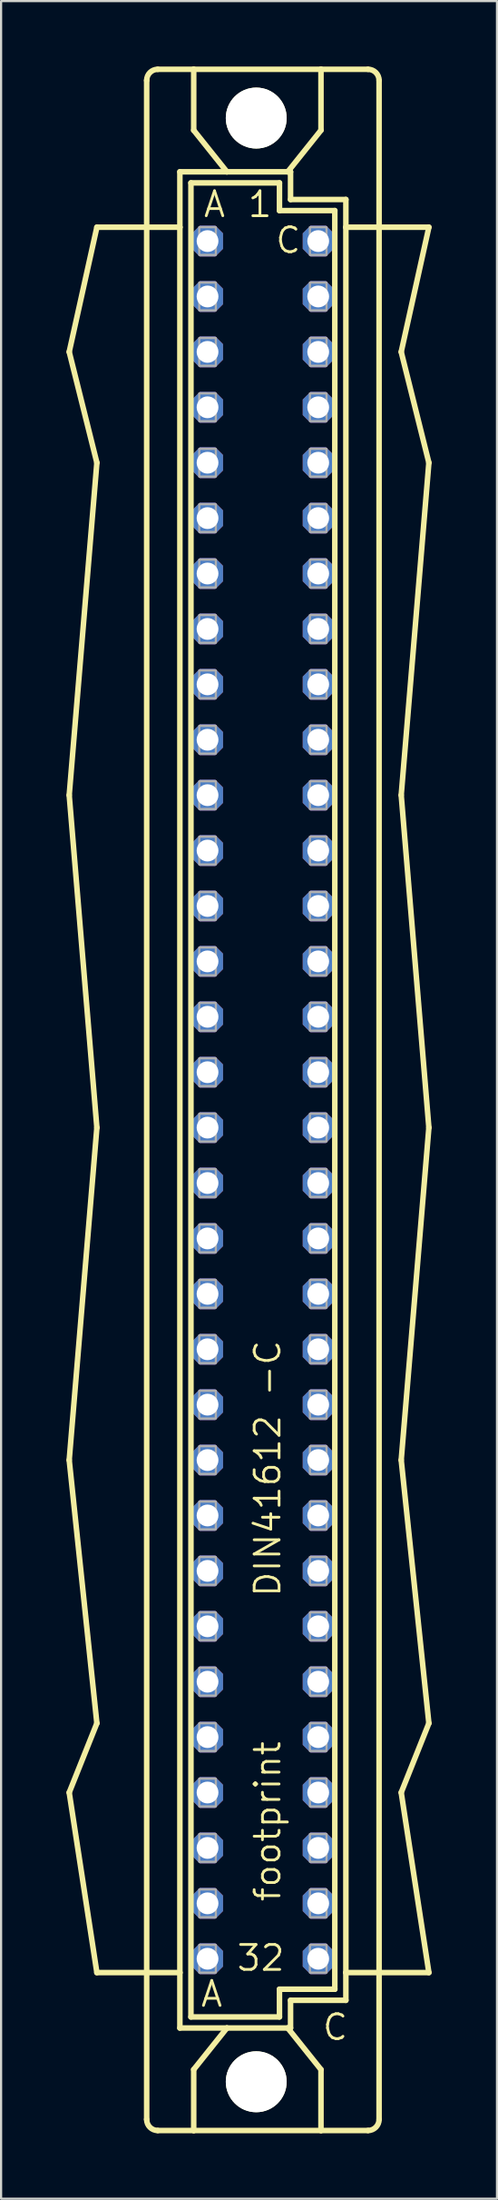
<source format=kicad_pcb>
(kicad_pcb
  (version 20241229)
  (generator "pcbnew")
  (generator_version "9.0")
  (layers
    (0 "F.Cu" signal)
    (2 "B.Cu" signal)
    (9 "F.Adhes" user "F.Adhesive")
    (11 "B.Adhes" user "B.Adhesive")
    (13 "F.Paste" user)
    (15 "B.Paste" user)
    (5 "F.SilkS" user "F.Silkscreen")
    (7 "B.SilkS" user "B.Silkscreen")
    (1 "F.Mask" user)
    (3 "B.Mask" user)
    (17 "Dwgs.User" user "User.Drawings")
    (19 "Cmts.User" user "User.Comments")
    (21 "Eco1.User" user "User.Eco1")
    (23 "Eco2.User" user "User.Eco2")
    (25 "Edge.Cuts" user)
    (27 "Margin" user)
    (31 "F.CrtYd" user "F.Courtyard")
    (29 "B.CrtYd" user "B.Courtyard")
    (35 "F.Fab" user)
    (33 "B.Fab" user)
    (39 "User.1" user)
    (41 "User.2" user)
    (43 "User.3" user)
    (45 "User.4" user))
  (footprint "footprint"
    (layer "F.Cu")
    (at 9.017 47.371)
    (property "Reference" "footprint" (at 0.889 36.83 90) (layer "F.SilkS") (effects (font (size 1.143 1.143) (thickness 0.127)) (justify left bottom)))
    (fp_line (start -8.89 -34.29) (end -7.62 -29.21) (stroke (width 0.254) (type solid)) (layer "F.SilkS"))
    (fp_line (start -8.89 -13.97) (end -7.62 -29.21) (stroke (width 0.254) (type solid)) (layer "F.SilkS"))
    (fp_line (start -8.89 16.51) (end -7.62 1.27) (stroke (width 0.254) (type solid)) (layer "F.SilkS"))
    (fp_line (start -8.89 31.75) (end -7.62 28.575) (stroke (width 0.254) (type solid)) (layer "F.SilkS"))
    (fp_line (start -7.62 -40.005) (end -8.89 -34.29) (stroke (width 0.254) (type solid)) (layer "F.SilkS"))
    (fp_line (start -7.62 1.27) (end -8.89 -13.97) (stroke (width 0.254) (type solid)) (layer "F.SilkS"))
    (fp_line (start -7.62 28.575) (end -8.89 16.51) (stroke (width 0.254) (type solid)) (layer "F.SilkS"))
    (fp_line (start -7.62 40.005) (end -8.89 31.75) (stroke (width 0.254) (type solid)) (layer "F.SilkS"))
    (fp_line (start -5.334 -46.736) (end -5.334 46.736) (stroke (width 0.254) (type solid)) (layer "F.SilkS"))
    (fp_line (start -4.826 47.244) (end -3.175 47.244) (stroke (width 0.254) (type solid)) (layer "F.SilkS"))
    (fp_line (start -3.81 -42.545) (end -3.81 -40.005) (stroke (width 0.254) (type solid)) (layer "F.SilkS"))
    (fp_line (start -3.81 -40.005) (end -7.62 -40.005) (stroke (width 0.254) (type solid)) (layer "F.SilkS"))
    (fp_line (start -3.81 -40.005) (end -3.81 40.005) (stroke (width 0.254) (type solid)) (layer "F.SilkS"))
    (fp_line (start -3.81 40.005) (end -7.62 40.005) (stroke (width 0.254) (type solid)) (layer "F.SilkS"))
    (fp_line (start -3.81 40.005) (end -3.81 42.545) (stroke (width 0.254) (type solid)) (layer "F.SilkS"))
    (fp_line (start -3.81 42.545) (end -1.651 42.545) (stroke (width 0.254) (type solid)) (layer "F.SilkS"))
    (fp_line (start -3.302 -42.037) (end -3.302 42.037) (stroke (width 0.254) (type solid)) (layer "F.SilkS"))
    (fp_line (start -3.302 42.037) (end 0.762 42.037) (stroke (width 0.254) (type solid)) (layer "F.SilkS"))
    (fp_line (start -3.175 -47.244) (end -4.826 -47.244) (stroke (width 0.254) (type solid)) (layer "F.SilkS"))
    (fp_line (start -3.175 -47.244) (end -3.175 -44.45) (stroke (width 0.254) (type solid)) (layer "F.SilkS"))
    (fp_line (start -3.175 47.244) (end -3.175 44.45) (stroke (width 0.254) (type solid)) (layer "F.SilkS"))
    (fp_line (start -3.175 47.244) (end 2.667 47.244) (stroke (width 0.254) (type solid)) (layer "F.SilkS"))
    (fp_line (start -1.651 -42.545) (end -3.81 -42.545) (stroke (width 0.254) (type solid)) (layer "F.SilkS"))
    (fp_line (start -1.651 -42.545) (end -3.175 -44.45) (stroke (width 0.254) (type solid)) (layer "F.SilkS"))
    (fp_line (start -1.651 42.545) (end -3.175 44.45) (stroke (width 0.254) (type solid)) (layer "F.SilkS"))
    (fp_line (start -1.651 42.545) (end 1.143 42.545) (stroke (width 0.254) (type solid)) (layer "F.SilkS"))
    (fp_line (start 0.762 -42.037) (end -3.302 -42.037) (stroke (width 0.254) (type solid)) (layer "F.SilkS"))
    (fp_line (start 0.762 -40.767) (end 0.762 -42.037) (stroke (width 0.254) (type solid)) (layer "F.SilkS"))
    (fp_line (start 0.762 40.767) (end 3.302 40.767) (stroke (width 0.254) (type solid)) (layer "F.SilkS"))
    (fp_line (start 0.762 42.037) (end 0.762 40.767) (stroke (width 0.254) (type solid)) (layer "F.SilkS"))
    (fp_line (start 1.143 -42.545) (end -1.651 -42.545) (stroke (width 0.254) (type solid)) (layer "F.SilkS"))
    (fp_line (start 1.143 -42.545) (end 2.667 -44.45) (stroke (width 0.254) (type solid)) (layer "F.SilkS"))
    (fp_line (start 1.143 42.545) (end 1.27 42.545) (stroke (width 0.254) (type solid)) (layer "F.SilkS"))
    (fp_line (start 1.143 42.545) (end 2.667 44.45) (stroke (width 0.254) (type solid)) (layer "F.SilkS"))
    (fp_line (start 1.27 -42.545) (end 1.143 -42.545) (stroke (width 0.254) (type solid)) (layer "F.SilkS"))
    (fp_line (start 1.27 -41.275) (end 1.27 -42.545) (stroke (width 0.254) (type solid)) (layer "F.SilkS"))
    (fp_line (start 1.27 41.275) (end 3.81 41.275) (stroke (width 0.254) (type solid)) (layer "F.SilkS"))
    (fp_line (start 1.27 42.545) (end 1.27 41.275) (stroke (width 0.254) (type solid)) (layer "F.SilkS"))
    (fp_line (start 2.667 -47.244) (end -3.175 -47.244) (stroke (width 0.254) (type solid)) (layer "F.SilkS"))
    (fp_line (start 2.667 -47.244) (end 2.667 -44.45) (stroke (width 0.254) (type solid)) (layer "F.SilkS"))
    (fp_line (start 2.667 47.244) (end 2.667 44.45) (stroke (width 0.254) (type solid)) (layer "F.SilkS"))
    (fp_line (start 3.302 -40.767) (end 0.762 -40.767) (stroke (width 0.254) (type solid)) (layer "F.SilkS"))
    (fp_line (start 3.302 40.767) (end 3.302 -40.767) (stroke (width 0.254) (type solid)) (layer "F.SilkS"))
    (fp_line (start 3.81 -41.275) (end 1.27 -41.275) (stroke (width 0.254) (type solid)) (layer "F.SilkS"))
    (fp_line (start 3.81 -40.005) (end 3.81 -41.275) (stroke (width 0.254) (type solid)) (layer "F.SilkS"))
    (fp_line (start 3.81 40.005) (end 3.81 -40.005) (stroke (width 0.254) (type solid)) (layer "F.SilkS"))
    (fp_line (start 3.81 40.005) (end 7.62 40.005) (stroke (width 0.254) (type solid)) (layer "F.SilkS"))
    (fp_line (start 3.81 41.275) (end 3.81 40.005) (stroke (width 0.254) (type solid)) (layer "F.SilkS"))
    (fp_line (start 4.826 -47.244) (end 2.667 -47.244) (stroke (width 0.254) (type solid)) (layer "F.SilkS"))
    (fp_line (start 4.826 47.244) (end 2.667 47.244) (stroke (width 0.254) (type solid)) (layer "F.SilkS"))
    (fp_line (start 5.334 -46.736) (end 5.334 46.736) (stroke (width 0.254) (type solid)) (layer "F.SilkS"))
    (fp_line (start 6.35 -34.29) (end 7.62 -40.005) (stroke (width 0.254) (type solid)) (layer "F.SilkS"))
    (fp_line (start 6.35 -13.97) (end 7.62 -29.21) (stroke (width 0.254) (type solid)) (layer "F.SilkS"))
    (fp_line (start 6.35 16.51) (end 7.62 1.27) (stroke (width 0.254) (type solid)) (layer "F.SilkS"))
    (fp_line (start 6.35 31.75) (end 7.62 28.575) (stroke (width 0.254) (type solid)) (layer "F.SilkS"))
    (fp_line (start 7.62 -40.005) (end 3.81 -40.005) (stroke (width 0.254) (type solid)) (layer "F.SilkS"))
    (fp_line (start 7.62 -29.21) (end 6.35 -34.29) (stroke (width 0.254) (type solid)) (layer "F.SilkS"))
    (fp_line (start 7.62 1.27) (end 6.35 -13.97) (stroke (width 0.254) (type solid)) (layer "F.SilkS"))
    (fp_line (start 7.62 28.575) (end 6.35 16.51) (stroke (width 0.254) (type solid)) (layer "F.SilkS"))
    (fp_line (start 7.62 40.005) (end 6.35 31.75) (stroke (width 0.254) (type solid)) (layer "F.SilkS"))
    (fp_arc (start -5.334 -46.736) (mid -5.18521 -47.09521) (end -4.826 -47.244) (stroke (width 0.254) (type solid)) (layer "F.SilkS"))
    (fp_arc (start -4.826 47.244) (mid -5.18521 47.09521) (end -5.334 46.736) (stroke (width 0.254) (type solid)) (layer "F.SilkS"))
    (fp_arc (start 4.826 -47.244) (mid 5.18521 -47.09521) (end 5.334 -46.736) (stroke (width 0.254) (type solid)) (layer "F.SilkS"))
    (fp_arc (start 5.334 46.736) (mid 5.18521 47.09521) (end 4.826 47.244) (stroke (width 0.254) (type solid)) (layer "F.SilkS"))
    (fp_circle (center -0.305 -45.009) (end 0.965 -45.009) (stroke (width 0.254) (type solid)) (fill no) (layer "F.SilkS"))
    (fp_circle (center -0.305 45.009) (end 0.965 45.009) (stroke (width 0.254) (type solid)) (fill no) (layer "F.SilkS"))
    (fp_poly (pts (xy -2.921 -38.735) (xy -2.159 -38.735) (xy -2.159 -40.005) (xy -2.921 -40.005)) (stroke (width 0.1) (type solid)) (fill no) (layer "F.Fab"))
    (fp_poly (pts (xy -2.921 -36.195) (xy -2.159 -36.195) (xy -2.159 -37.465) (xy -2.921 -37.465)) (stroke (width 0.1) (type solid)) (fill no) (layer "F.Fab"))
    (fp_poly (pts (xy -2.921 -33.655) (xy -2.159 -33.655) (xy -2.159 -34.925) (xy -2.921 -34.925)) (stroke (width 0.1) (type solid)) (fill no) (layer "F.Fab"))
    (fp_poly (pts (xy -2.921 -31.115) (xy -2.159 -31.115) (xy -2.159 -32.385) (xy -2.921 -32.385)) (stroke (width 0.1) (type solid)) (fill no) (layer "F.Fab"))
    (fp_poly (pts (xy -2.921 -28.575) (xy -2.159 -28.575) (xy -2.159 -29.845) (xy -2.921 -29.845)) (stroke (width 0.1) (type solid)) (fill no) (layer "F.Fab"))
    (fp_poly (pts (xy -2.921 -26.035) (xy -2.159 -26.035) (xy -2.159 -27.305) (xy -2.921 -27.305)) (stroke (width 0.1) (type solid)) (fill no) (layer "F.Fab"))
    (fp_poly (pts (xy -2.921 -23.495) (xy -2.159 -23.495) (xy -2.159 -24.765) (xy -2.921 -24.765)) (stroke (width 0.1) (type solid)) (fill no) (layer "F.Fab"))
    (fp_poly (pts (xy -2.921 -20.955) (xy -2.159 -20.955) (xy -2.159 -22.225) (xy -2.921 -22.225)) (stroke (width 0.1) (type solid)) (fill no) (layer "F.Fab"))
    (fp_poly (pts (xy -2.921 -18.415) (xy -2.159 -18.415) (xy -2.159 -19.685) (xy -2.921 -19.685)) (stroke (width 0.1) (type solid)) (fill no) (layer "F.Fab"))
    (fp_poly (pts (xy -2.921 -15.875) (xy -2.159 -15.875) (xy -2.159 -17.145) (xy -2.921 -17.145)) (stroke (width 0.1) (type solid)) (fill no) (layer "F.Fab"))
    (fp_poly (pts (xy -2.921 -13.335) (xy -2.159 -13.335) (xy -2.159 -14.605) (xy -2.921 -14.605)) (stroke (width 0.1) (type solid)) (fill no) (layer "F.Fab"))
    (fp_poly (pts (xy -2.921 -10.795) (xy -2.159 -10.795) (xy -2.159 -12.065) (xy -2.921 -12.065)) (stroke (width 0.1) (type solid)) (fill no) (layer "F.Fab"))
    (fp_poly (pts (xy -2.921 -8.255) (xy -2.159 -8.255) (xy -2.159 -9.525) (xy -2.921 -9.525)) (stroke (width 0.1) (type solid)) (fill no) (layer "F.Fab"))
    (fp_poly (pts (xy -2.921 -5.715) (xy -2.159 -5.715) (xy -2.159 -6.985) (xy -2.921 -6.985)) (stroke (width 0.1) (type solid)) (fill no) (layer "F.Fab"))
    (fp_poly (pts (xy -2.921 -3.175) (xy -2.159 -3.175) (xy -2.159 -4.445) (xy -2.921 -4.445)) (stroke (width 0.1) (type solid)) (fill no) (layer "F.Fab"))
    (fp_poly (pts (xy -2.921 -0.635) (xy -2.159 -0.635) (xy -2.159 -1.905) (xy -2.921 -1.905)) (stroke (width 0.1) (type solid)) (fill no) (layer "F.Fab"))
    (fp_poly (pts (xy -2.921 1.905) (xy -2.159 1.905) (xy -2.159 0.635) (xy -2.921 0.635)) (stroke (width 0.1) (type solid)) (fill no) (layer "F.Fab"))
    (fp_poly (pts (xy -2.921 4.445) (xy -2.159 4.445) (xy -2.159 3.175) (xy -2.921 3.175)) (stroke (width 0.1) (type solid)) (fill no) (layer "F.Fab"))
    (fp_poly (pts (xy -2.921 6.985) (xy -2.159 6.985) (xy -2.159 5.715) (xy -2.921 5.715)) (stroke (width 0.1) (type solid)) (fill no) (layer "F.Fab"))
    (fp_poly (pts (xy -2.921 9.525) (xy -2.159 9.525) (xy -2.159 8.255) (xy -2.921 8.255)) (stroke (width 0.1) (type solid)) (fill no) (layer "F.Fab"))
    (fp_poly (pts (xy -2.921 12.065) (xy -2.159 12.065) (xy -2.159 10.795) (xy -2.921 10.795)) (stroke (width 0.1) (type solid)) (fill no) (layer "F.Fab"))
    (fp_poly (pts (xy -2.921 14.605) (xy -2.159 14.605) (xy -2.159 13.335) (xy -2.921 13.335)) (stroke (width 0.1) (type solid)) (fill no) (layer "F.Fab"))
    (fp_poly (pts (xy -2.921 17.145) (xy -2.159 17.145) (xy -2.159 15.875) (xy -2.921 15.875)) (stroke (width 0.1) (type solid)) (fill no) (layer "F.Fab"))
    (fp_poly (pts (xy -2.921 19.685) (xy -2.159 19.685) (xy -2.159 18.415) (xy -2.921 18.415)) (stroke (width 0.1) (type solid)) (fill no) (layer "F.Fab"))
    (fp_poly (pts (xy -2.921 22.225) (xy -2.159 22.225) (xy -2.159 20.955) (xy -2.921 20.955)) (stroke (width 0.1) (type solid)) (fill no) (layer "F.Fab"))
    (fp_poly (pts (xy -2.921 24.765) (xy -2.159 24.765) (xy -2.159 23.495) (xy -2.921 23.495)) (stroke (width 0.1) (type solid)) (fill no) (layer "F.Fab"))
    (fp_poly (pts (xy -2.921 27.305) (xy -2.159 27.305) (xy -2.159 26.035) (xy -2.921 26.035)) (stroke (width 0.1) (type solid)) (fill no) (layer "F.Fab"))
    (fp_poly (pts (xy -2.921 29.845) (xy -2.159 29.845) (xy -2.159 28.575) (xy -2.921 28.575)) (stroke (width 0.1) (type solid)) (fill no) (layer "F.Fab"))
    (fp_poly (pts (xy -2.921 32.385) (xy -2.159 32.385) (xy -2.159 31.115) (xy -2.921 31.115)) (stroke (width 0.1) (type solid)) (fill no) (layer "F.Fab"))
    (fp_poly (pts (xy -2.921 34.925) (xy -2.159 34.925) (xy -2.159 33.655) (xy -2.921 33.655)) (stroke (width 0.1) (type solid)) (fill no) (layer "F.Fab"))
    (fp_poly (pts (xy -2.921 37.465) (xy -2.159 37.465) (xy -2.159 36.195) (xy -2.921 36.195)) (stroke (width 0.1) (type solid)) (fill no) (layer "F.Fab"))
    (fp_poly (pts (xy -2.921 40.005) (xy -2.159 40.005) (xy -2.159 38.735) (xy -2.921 38.735)) (stroke (width 0.1) (type solid)) (fill no) (layer "F.Fab"))
    (fp_poly (pts (xy 2.159 -38.735) (xy 2.921 -38.735) (xy 2.921 -40.005) (xy 2.159 -40.005)) (stroke (width 0.1) (type solid)) (fill no) (layer "F.Fab"))
    (fp_poly (pts (xy 2.159 -36.195) (xy 2.921 -36.195) (xy 2.921 -37.465) (xy 2.159 -37.465)) (stroke (width 0.1) (type solid)) (fill no) (layer "F.Fab"))
    (fp_poly (pts (xy 2.159 -33.655) (xy 2.921 -33.655) (xy 2.921 -34.925) (xy 2.159 -34.925)) (stroke (width 0.1) (type solid)) (fill no) (layer "F.Fab"))
    (fp_poly (pts (xy 2.159 -31.115) (xy 2.921 -31.115) (xy 2.921 -32.385) (xy 2.159 -32.385)) (stroke (width 0.1) (type solid)) (fill no) (layer "F.Fab"))
    (fp_poly (pts (xy 2.159 -28.575) (xy 2.921 -28.575) (xy 2.921 -29.845) (xy 2.159 -29.845)) (stroke (width 0.1) (type solid)) (fill no) (layer "F.Fab"))
    (fp_poly (pts (xy 2.159 -26.035) (xy 2.921 -26.035) (xy 2.921 -27.305) (xy 2.159 -27.305)) (stroke (width 0.1) (type solid)) (fill no) (layer "F.Fab"))
    (fp_poly (pts (xy 2.159 -23.495) (xy 2.921 -23.495) (xy 2.921 -24.765) (xy 2.159 -24.765)) (stroke (width 0.1) (type solid)) (fill no) (layer "F.Fab"))
    (fp_poly (pts (xy 2.159 -20.955) (xy 2.921 -20.955) (xy 2.921 -22.225) (xy 2.159 -22.225)) (stroke (width 0.1) (type solid)) (fill no) (layer "F.Fab"))
    (fp_poly (pts (xy 2.159 -18.415) (xy 2.921 -18.415) (xy 2.921 -19.685) (xy 2.159 -19.685)) (stroke (width 0.1) (type solid)) (fill no) (layer "F.Fab"))
    (fp_poly (pts (xy 2.159 -15.875) (xy 2.921 -15.875) (xy 2.921 -17.145) (xy 2.159 -17.145)) (stroke (width 0.1) (type solid)) (fill no) (layer "F.Fab"))
    (fp_poly (pts (xy 2.159 -13.335) (xy 2.921 -13.335) (xy 2.921 -14.605) (xy 2.159 -14.605)) (stroke (width 0.1) (type solid)) (fill no) (layer "F.Fab"))
    (fp_poly (pts (xy 2.159 -10.795) (xy 2.921 -10.795) (xy 2.921 -12.065) (xy 2.159 -12.065)) (stroke (width 0.1) (type solid)) (fill no) (layer "F.Fab"))
    (fp_poly (pts (xy 2.159 -8.255) (xy 2.921 -8.255) (xy 2.921 -9.525) (xy 2.159 -9.525)) (stroke (width 0.1) (type solid)) (fill no) (layer "F.Fab"))
    (fp_poly (pts (xy 2.159 -5.715) (xy 2.921 -5.715) (xy 2.921 -6.985) (xy 2.159 -6.985)) (stroke (width 0.1) (type solid)) (fill no) (layer "F.Fab"))
    (fp_poly (pts (xy 2.159 -3.175) (xy 2.921 -3.175) (xy 2.921 -4.445) (xy 2.159 -4.445)) (stroke (width 0.1) (type solid)) (fill no) (layer "F.Fab"))
    (fp_poly (pts (xy 2.159 -0.635) (xy 2.921 -0.635) (xy 2.921 -1.905) (xy 2.159 -1.905)) (stroke (width 0.1) (type solid)) (fill no) (layer "F.Fab"))
    (fp_poly (pts (xy 2.159 1.905) (xy 2.921 1.905) (xy 2.921 0.635) (xy 2.159 0.635)) (stroke (width 0.1) (type solid)) (fill no) (layer "F.Fab"))
    (fp_poly (pts (xy 2.159 4.445) (xy 2.921 4.445) (xy 2.921 3.175) (xy 2.159 3.175)) (stroke (width 0.1) (type solid)) (fill no) (layer "F.Fab"))
    (fp_poly (pts (xy 2.159 6.985) (xy 2.921 6.985) (xy 2.921 5.715) (xy 2.159 5.715)) (stroke (width 0.1) (type solid)) (fill no) (layer "F.Fab"))
    (fp_poly (pts (xy 2.159 9.525) (xy 2.921 9.525) (xy 2.921 8.255) (xy 2.159 8.255)) (stroke (width 0.1) (type solid)) (fill no) (layer "F.Fab"))
    (fp_poly (pts (xy 2.159 12.065) (xy 2.921 12.065) (xy 2.921 10.795) (xy 2.159 10.795)) (stroke (width 0.1) (type solid)) (fill no) (layer "F.Fab"))
    (fp_poly (pts (xy 2.159 14.605) (xy 2.921 14.605) (xy 2.921 13.335) (xy 2.159 13.335)) (stroke (width 0.1) (type solid)) (fill no) (layer "F.Fab"))
    (fp_poly (pts (xy 2.159 17.145) (xy 2.921 17.145) (xy 2.921 15.875) (xy 2.159 15.875)) (stroke (width 0.1) (type solid)) (fill no) (layer "F.Fab"))
    (fp_poly (pts (xy 2.159 19.685) (xy 2.921 19.685) (xy 2.921 18.415) (xy 2.159 18.415)) (stroke (width 0.1) (type solid)) (fill no) (layer "F.Fab"))
    (fp_poly (pts (xy 2.159 22.225) (xy 2.921 22.225) (xy 2.921 20.955) (xy 2.159 20.955)) (stroke (width 0.1) (type solid)) (fill no) (layer "F.Fab"))
    (fp_poly (pts (xy 2.159 24.765) (xy 2.921 24.765) (xy 2.921 23.495) (xy 2.159 23.495)) (stroke (width 0.1) (type solid)) (fill no) (layer "F.Fab"))
    (fp_poly (pts (xy 2.159 27.305) (xy 2.921 27.305) (xy 2.921 26.035) (xy 2.159 26.035)) (stroke (width 0.1) (type solid)) (fill no) (layer "F.Fab"))
    (fp_poly (pts (xy 2.159 29.845) (xy 2.921 29.845) (xy 2.921 28.575) (xy 2.159 28.575)) (stroke (width 0.1) (type solid)) (fill no) (layer "F.Fab"))
    (fp_poly (pts (xy 2.159 32.385) (xy 2.921 32.385) (xy 2.921 31.115) (xy 2.159 31.115)) (stroke (width 0.1) (type solid)) (fill no) (layer "F.Fab"))
    (fp_poly (pts (xy 2.159 34.925) (xy 2.921 34.925) (xy 2.921 33.655) (xy 2.159 33.655)) (stroke (width 0.1) (type solid)) (fill no) (layer "F.Fab"))
    (fp_poly (pts (xy 2.159 37.465) (xy 2.921 37.465) (xy 2.921 36.195) (xy 2.159 36.195)) (stroke (width 0.1) (type solid)) (fill no) (layer "F.Fab"))
    (fp_poly (pts (xy 2.159 40.005) (xy 2.921 40.005) (xy 2.921 38.735) (xy 2.159 38.735)) (stroke (width 0.1) (type solid)) (fill no) (layer "F.Fab"))
    (fp_text user "C" (at 2.667 43.18 0) (layer "F.SilkS") (effects (font (size 1.143 1.143) (thickness 0.127)) (justify left bottom)))
    (fp_text user "C" (at 0.508 -38.735 0) (layer "F.SilkS") (effects (font (size 1.143 1.143) (thickness 0.127)) (justify left bottom)))
    (fp_text user "A" (at -2.921 41.656 0) (layer "F.SilkS") (effects (font (size 1.143 1.143) (thickness 0.127)) (justify left bottom)))
    (fp_text user "A" (at -2.794 -40.386 0) (layer "F.SilkS") (effects (font (size 1.143 1.143) (thickness 0.127)) (justify left bottom)))
    (fp_text user "DIN41612 -C" (at 0.889 22.86 90) (layer "F.SilkS") (effects (font (size 1.143 1.143) (thickness 0.127)) (justify left bottom)))
    (fp_text user "32" (at -1.27 40.005 0) (layer "F.SilkS") (effects (font (size 1.143 1.143) (thickness 0.127)) (justify left bottom)))
    (fp_text user "1" (at -0.762 -40.386 0) (layer "F.SilkS") (effects (font (size 1.143 1.143) (thickness 0.127)) (justify left bottom)))
    (pad "" np_thru_hole circle (at -0.305 -45.009) (size 2.794 2.794) (drill 2.794) (layers "*.Cu" "*.Mask"))
    (pad "" np_thru_hole circle (at -0.305 45.009) (size 2.794 2.794) (drill 2.794) (layers "*.Cu" "*.Mask"))
    (pad "A1" thru_hole roundrect (at -2.54 -39.37) (size 1.422 1.422) (drill 1) (layers "*.Cu" "*.Mask") (roundrect_rratio 0.25) (chamfer_ratio 0.25) (chamfer top_left top_right bottom_left bottom_right))
    (pad "A2" thru_hole roundrect (at -2.54 -36.83) (size 1.422 1.422) (drill 1) (layers "*.Cu" "*.Mask") (roundrect_rratio 0.25) (chamfer_ratio 0.25) (chamfer top_left top_right bottom_left bottom_right))
    (pad "A3" thru_hole roundrect (at -2.54 -34.29) (size 1.422 1.422) (drill 1) (layers "*.Cu" "*.Mask") (roundrect_rratio 0.25) (chamfer_ratio 0.25) (chamfer top_left top_right bottom_left bottom_right))
    (pad "A4" thru_hole roundrect (at -2.54 -31.75) (size 1.422 1.422) (drill 1) (layers "*.Cu" "*.Mask") (roundrect_rratio 0.25) (chamfer_ratio 0.25) (chamfer top_left top_right bottom_left bottom_right))
    (pad "A5" thru_hole roundrect (at -2.54 -29.21) (size 1.422 1.422) (drill 1) (layers "*.Cu" "*.Mask") (roundrect_rratio 0.25) (chamfer_ratio 0.25) (chamfer top_left top_right bottom_left bottom_right))
    (pad "A6" thru_hole roundrect (at -2.54 -26.67) (size 1.422 1.422) (drill 1) (layers "*.Cu" "*.Mask") (roundrect_rratio 0.25) (chamfer_ratio 0.25) (chamfer top_left top_right bottom_left bottom_right))
    (pad "A7" thru_hole roundrect (at -2.54 -24.13) (size 1.422 1.422) (drill 1) (layers "*.Cu" "*.Mask") (roundrect_rratio 0.25) (chamfer_ratio 0.25) (chamfer top_left top_right bottom_left bottom_right))
    (pad "A8" thru_hole roundrect (at -2.54 -21.59) (size 1.422 1.422) (drill 1) (layers "*.Cu" "*.Mask") (roundrect_rratio 0.25) (chamfer_ratio 0.25) (chamfer top_left top_right bottom_left bottom_right))
    (pad "A9" thru_hole roundrect (at -2.54 -19.05) (size 1.422 1.422) (drill 1) (layers "*.Cu" "*.Mask") (roundrect_rratio 0.25) (chamfer_ratio 0.25) (chamfer top_left top_right bottom_left bottom_right))
    (pad "A10" thru_hole roundrect (at -2.54 -16.51) (size 1.422 1.422) (drill 1) (layers "*.Cu" "*.Mask") (roundrect_rratio 0.25) (chamfer_ratio 0.25) (chamfer top_left top_right bottom_left bottom_right))
    (pad "A11" thru_hole roundrect (at -2.54 -13.97) (size 1.422 1.422) (drill 1) (layers "*.Cu" "*.Mask") (roundrect_rratio 0.25) (chamfer_ratio 0.25) (chamfer top_left top_right bottom_left bottom_right))
    (pad "A12" thru_hole roundrect (at -2.54 -11.43) (size 1.422 1.422) (drill 1) (layers "*.Cu" "*.Mask") (roundrect_rratio 0.25) (chamfer_ratio 0.25) (chamfer top_left top_right bottom_left bottom_right))
    (pad "A13" thru_hole roundrect (at -2.54 -8.89) (size 1.422 1.422) (drill 1) (layers "*.Cu" "*.Mask") (roundrect_rratio 0.25) (chamfer_ratio 0.25) (chamfer top_left top_right bottom_left bottom_right))
    (pad "A14" thru_hole roundrect (at -2.54 -6.35) (size 1.422 1.422) (drill 1) (layers "*.Cu" "*.Mask") (roundrect_rratio 0.25) (chamfer_ratio 0.25) (chamfer top_left top_right bottom_left bottom_right))
    (pad "A15" thru_hole roundrect (at -2.54 -3.81) (size 1.422 1.422) (drill 1) (layers "*.Cu" "*.Mask") (roundrect_rratio 0.25) (chamfer_ratio 0.25) (chamfer top_left top_right bottom_left bottom_right))
    (pad "A16" thru_hole roundrect (at -2.54 -1.27) (size 1.422 1.422) (drill 1) (layers "*.Cu" "*.Mask") (roundrect_rratio 0.25) (chamfer_ratio 0.25) (chamfer top_left top_right bottom_left bottom_right))
    (pad "A17" thru_hole roundrect (at -2.54 1.27) (size 1.422 1.422) (drill 1) (layers "*.Cu" "*.Mask") (roundrect_rratio 0.25) (chamfer_ratio 0.25) (chamfer top_left top_right bottom_left bottom_right))
    (pad "A18" thru_hole roundrect (at -2.54 3.81) (size 1.422 1.422) (drill 1) (layers "*.Cu" "*.Mask") (roundrect_rratio 0.25) (chamfer_ratio 0.25) (chamfer top_left top_right bottom_left bottom_right))
    (pad "A19" thru_hole roundrect (at -2.54 6.35) (size 1.422 1.422) (drill 1) (layers "*.Cu" "*.Mask") (roundrect_rratio 0.25) (chamfer_ratio 0.25) (chamfer top_left top_right bottom_left bottom_right))
    (pad "A20" thru_hole roundrect (at -2.54 8.89) (size 1.422 1.422) (drill 1) (layers "*.Cu" "*.Mask") (roundrect_rratio 0.25) (chamfer_ratio 0.25) (chamfer top_left top_right bottom_left bottom_right))
    (pad "A21" thru_hole roundrect (at -2.54 11.43) (size 1.422 1.422) (drill 1) (layers "*.Cu" "*.Mask") (roundrect_rratio 0.25) (chamfer_ratio 0.25) (chamfer top_left top_right bottom_left bottom_right))
    (pad "A22" thru_hole roundrect (at -2.54 13.97) (size 1.422 1.422) (drill 1) (layers "*.Cu" "*.Mask") (roundrect_rratio 0.25) (chamfer_ratio 0.25) (chamfer top_left top_right bottom_left bottom_right))
    (pad "A23" thru_hole roundrect (at -2.54 16.51) (size 1.422 1.422) (drill 1) (layers "*.Cu" "*.Mask") (roundrect_rratio 0.25) (chamfer_ratio 0.25) (chamfer top_left top_right bottom_left bottom_right))
    (pad "A24" thru_hole roundrect (at -2.54 19.05) (size 1.422 1.422) (drill 1) (layers "*.Cu" "*.Mask") (roundrect_rratio 0.25) (chamfer_ratio 0.25) (chamfer top_left top_right bottom_left bottom_right))
    (pad "A25" thru_hole roundrect (at -2.54 21.59) (size 1.422 1.422) (drill 1) (layers "*.Cu" "*.Mask") (roundrect_rratio 0.25) (chamfer_ratio 0.25) (chamfer top_left top_right bottom_left bottom_right))
    (pad "A26" thru_hole roundrect (at -2.54 24.13) (size 1.422 1.422) (drill 1) (layers "*.Cu" "*.Mask") (roundrect_rratio 0.25) (chamfer_ratio 0.25) (chamfer top_left top_right bottom_left bottom_right))
    (pad "A27" thru_hole roundrect (at -2.54 26.67) (size 1.422 1.422) (drill 1) (layers "*.Cu" "*.Mask") (roundrect_rratio 0.25) (chamfer_ratio 0.25) (chamfer top_left top_right bottom_left bottom_right))
    (pad "A28" thru_hole roundrect (at -2.54 29.21) (size 1.422 1.422) (drill 1) (layers "*.Cu" "*.Mask") (roundrect_rratio 0.25) (chamfer_ratio 0.25) (chamfer top_left top_right bottom_left bottom_right))
    (pad "A29" thru_hole roundrect (at -2.54 31.75) (size 1.422 1.422) (drill 1) (layers "*.Cu" "*.Mask") (roundrect_rratio 0.25) (chamfer_ratio 0.25) (chamfer top_left top_right bottom_left bottom_right))
    (pad "A30" thru_hole roundrect (at -2.54 34.29) (size 1.422 1.422) (drill 1) (layers "*.Cu" "*.Mask") (roundrect_rratio 0.25) (chamfer_ratio 0.25) (chamfer top_left top_right bottom_left bottom_right))
    (pad "A31" thru_hole roundrect (at -2.54 36.83) (size 1.422 1.422) (drill 1) (layers "*.Cu" "*.Mask") (roundrect_rratio 0.25) (chamfer_ratio 0.25) (chamfer top_left top_right bottom_left bottom_right))
    (pad "A32" thru_hole roundrect (at -2.54 39.37) (size 1.422 1.422) (drill 1) (layers "*.Cu" "*.Mask") (roundrect_rratio 0.25) (chamfer_ratio 0.25) (chamfer top_left top_right bottom_left bottom_right))
    (pad "C1" thru_hole roundrect (at 2.54 -39.37) (size 1.422 1.422) (drill 1) (layers "*.Cu" "*.Mask") (roundrect_rratio 0.25) (chamfer_ratio 0.25) (chamfer top_left top_right bottom_left bottom_right))
    (pad "C2" thru_hole roundrect (at 2.54 -36.83) (size 1.422 1.422) (drill 1) (layers "*.Cu" "*.Mask") (roundrect_rratio 0.25) (chamfer_ratio 0.25) (chamfer top_left top_right bottom_left bottom_right))
    (pad "C3" thru_hole roundrect (at 2.54 -34.29) (size 1.422 1.422) (drill 1) (layers "*.Cu" "*.Mask") (roundrect_rratio 0.25) (chamfer_ratio 0.25) (chamfer top_left top_right bottom_left bottom_right))
    (pad "C4" thru_hole roundrect (at 2.54 -31.75) (size 1.422 1.422) (drill 1) (layers "*.Cu" "*.Mask") (roundrect_rratio 0.25) (chamfer_ratio 0.25) (chamfer top_left top_right bottom_left bottom_right))
    (pad "C5" thru_hole roundrect (at 2.54 -29.21) (size 1.422 1.422) (drill 1) (layers "*.Cu" "*.Mask") (roundrect_rratio 0.25) (chamfer_ratio 0.25) (chamfer top_left top_right bottom_left bottom_right))
    (pad "C6" thru_hole roundrect (at 2.54 -26.67) (size 1.422 1.422) (drill 1) (layers "*.Cu" "*.Mask") (roundrect_rratio 0.25) (chamfer_ratio 0.25) (chamfer top_left top_right bottom_left bottom_right))
    (pad "C7" thru_hole roundrect (at 2.54 -24.13) (size 1.422 1.422) (drill 1) (layers "*.Cu" "*.Mask") (roundrect_rratio 0.25) (chamfer_ratio 0.25) (chamfer top_left top_right bottom_left bottom_right))
    (pad "C8" thru_hole roundrect (at 2.54 -21.59) (size 1.422 1.422) (drill 1) (layers "*.Cu" "*.Mask") (roundrect_rratio 0.25) (chamfer_ratio 0.25) (chamfer top_left top_right bottom_left bottom_right))
    (pad "C9" thru_hole roundrect (at 2.54 -19.05) (size 1.422 1.422) (drill 1) (layers "*.Cu" "*.Mask") (roundrect_rratio 0.25) (chamfer_ratio 0.25) (chamfer top_left top_right bottom_left bottom_right))
    (pad "C10" thru_hole roundrect (at 2.54 -16.51) (size 1.422 1.422) (drill 1) (layers "*.Cu" "*.Mask") (roundrect_rratio 0.25) (chamfer_ratio 0.25) (chamfer top_left top_right bottom_left bottom_right))
    (pad "C11" thru_hole roundrect (at 2.54 -13.97) (size 1.422 1.422) (drill 1) (layers "*.Cu" "*.Mask") (roundrect_rratio 0.25) (chamfer_ratio 0.25) (chamfer top_left top_right bottom_left bottom_right))
    (pad "C12" thru_hole roundrect (at 2.54 -11.43) (size 1.422 1.422) (drill 1) (layers "*.Cu" "*.Mask") (roundrect_rratio 0.25) (chamfer_ratio 0.25) (chamfer top_left top_right bottom_left bottom_right))
    (pad "C13" thru_hole roundrect (at 2.54 -8.89) (size 1.422 1.422) (drill 1) (layers "*.Cu" "*.Mask") (roundrect_rratio 0.25) (chamfer_ratio 0.25) (chamfer top_left top_right bottom_left bottom_right))
    (pad "C14" thru_hole roundrect (at 2.54 -6.35) (size 1.422 1.422) (drill 1) (layers "*.Cu" "*.Mask") (roundrect_rratio 0.25) (chamfer_ratio 0.25) (chamfer top_left top_right bottom_left bottom_right))
    (pad "C15" thru_hole roundrect (at 2.54 -3.81) (size 1.422 1.422) (drill 1) (layers "*.Cu" "*.Mask") (roundrect_rratio 0.25) (chamfer_ratio 0.25) (chamfer top_left top_right bottom_left bottom_right))
    (pad "C16" thru_hole roundrect (at 2.54 -1.27) (size 1.422 1.422) (drill 1) (layers "*.Cu" "*.Mask") (roundrect_rratio 0.25) (chamfer_ratio 0.25) (chamfer top_left top_right bottom_left bottom_right))
    (pad "C17" thru_hole roundrect (at 2.54 1.27) (size 1.422 1.422) (drill 1) (layers "*.Cu" "*.Mask") (roundrect_rratio 0.25) (chamfer_ratio 0.25) (chamfer top_left top_right bottom_left bottom_right))
    (pad "C18" thru_hole roundrect (at 2.54 3.81) (size 1.422 1.422) (drill 1) (layers "*.Cu" "*.Mask") (roundrect_rratio 0.25) (chamfer_ratio 0.25) (chamfer top_left top_right bottom_left bottom_right))
    (pad "C19" thru_hole roundrect (at 2.54 6.35) (size 1.422 1.422) (drill 1) (layers "*.Cu" "*.Mask") (roundrect_rratio 0.25) (chamfer_ratio 0.25) (chamfer top_left top_right bottom_left bottom_right))
    (pad "C20" thru_hole roundrect (at 2.54 8.89) (size 1.422 1.422) (drill 1) (layers "*.Cu" "*.Mask") (roundrect_rratio 0.25) (chamfer_ratio 0.25) (chamfer top_left top_right bottom_left bottom_right))
    (pad "C21" thru_hole roundrect (at 2.54 11.43) (size 1.422 1.422) (drill 1) (layers "*.Cu" "*.Mask") (roundrect_rratio 0.25) (chamfer_ratio 0.25) (chamfer top_left top_right bottom_left bottom_right))
    (pad "C22" thru_hole roundrect (at 2.54 13.97) (size 1.422 1.422) (drill 1) (layers "*.Cu" "*.Mask") (roundrect_rratio 0.25) (chamfer_ratio 0.25) (chamfer top_left top_right bottom_left bottom_right))
    (pad "C23" thru_hole roundrect (at 2.54 16.51) (size 1.422 1.422) (drill 1) (layers "*.Cu" "*.Mask") (roundrect_rratio 0.25) (chamfer_ratio 0.25) (chamfer top_left top_right bottom_left bottom_right))
    (pad "C24" thru_hole roundrect (at 2.54 19.05) (size 1.422 1.422) (drill 1) (layers "*.Cu" "*.Mask") (roundrect_rratio 0.25) (chamfer_ratio 0.25) (chamfer top_left top_right bottom_left bottom_right))
    (pad "C25" thru_hole roundrect (at 2.54 21.59) (size 1.422 1.422) (drill 1) (layers "*.Cu" "*.Mask") (roundrect_rratio 0.25) (chamfer_ratio 0.25) (chamfer top_left top_right bottom_left bottom_right))
    (pad "C26" thru_hole roundrect (at 2.54 24.13) (size 1.422 1.422) (drill 1) (layers "*.Cu" "*.Mask") (roundrect_rratio 0.25) (chamfer_ratio 0.25) (chamfer top_left top_right bottom_left bottom_right))
    (pad "C27" thru_hole roundrect (at 2.54 26.67) (size 1.422 1.422) (drill 1) (layers "*.Cu" "*.Mask") (roundrect_rratio 0.25) (chamfer_ratio 0.25) (chamfer top_left top_right bottom_left bottom_right))
    (pad "C28" thru_hole roundrect (at 2.54 29.21) (size 1.422 1.422) (drill 1) (layers "*.Cu" "*.Mask") (roundrect_rratio 0.25) (chamfer_ratio 0.25) (chamfer top_left top_right bottom_left bottom_right))
    (pad "C29" thru_hole roundrect (at 2.54 31.75) (size 1.422 1.422) (drill 1) (layers "*.Cu" "*.Mask") (roundrect_rratio 0.25) (chamfer_ratio 0.25) (chamfer top_left top_right bottom_left bottom_right))
    (pad "C30" thru_hole roundrect (at 2.54 34.29) (size 1.422 1.422) (drill 1) (layers "*.Cu" "*.Mask") (roundrect_rratio 0.25) (chamfer_ratio 0.25) (chamfer top_left top_right bottom_left bottom_right))
    (pad "C31" thru_hole roundrect (at 2.54 36.83) (size 1.422 1.422) (drill 1) (layers "*.Cu" "*.Mask") (roundrect_rratio 0.25) (chamfer_ratio 0.25) (chamfer top_left top_right bottom_left bottom_right))
    (pad "C32" thru_hole roundrect (at 2.54 39.37) (size 1.422 1.422) (drill 1) (layers "*.Cu" "*.Mask") (roundrect_rratio 0.25) (chamfer_ratio 0.25) (chamfer top_left top_right bottom_left bottom_right)))
  (gr_rect
    (start -3 -3)
    (end 19.764 97.742)
    (stroke (width 0.1) (type default))
    (fill no)
    (layer "Edge.Cuts")))
</source>
